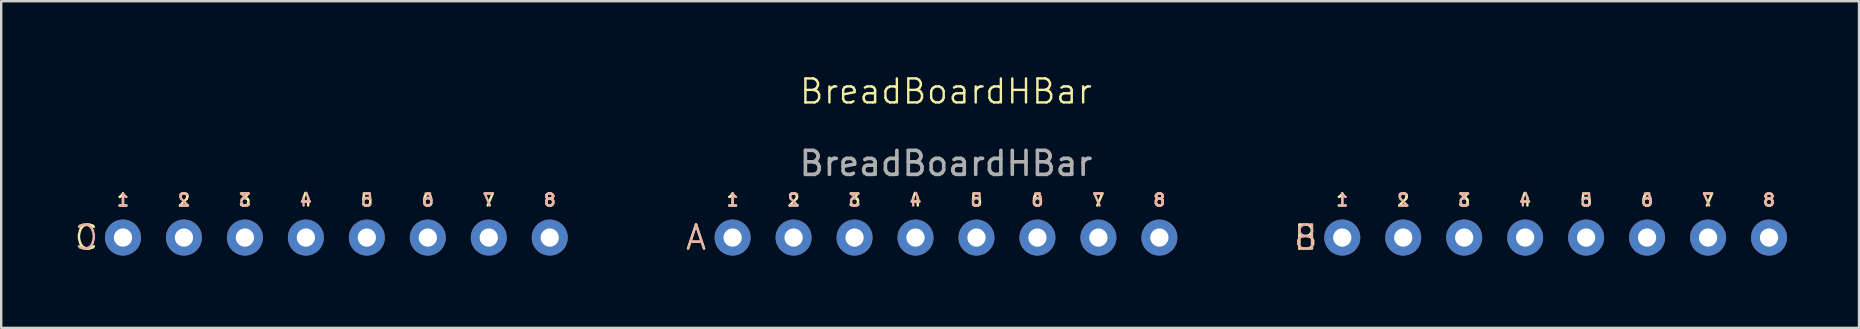
<source format=kicad_pcb>
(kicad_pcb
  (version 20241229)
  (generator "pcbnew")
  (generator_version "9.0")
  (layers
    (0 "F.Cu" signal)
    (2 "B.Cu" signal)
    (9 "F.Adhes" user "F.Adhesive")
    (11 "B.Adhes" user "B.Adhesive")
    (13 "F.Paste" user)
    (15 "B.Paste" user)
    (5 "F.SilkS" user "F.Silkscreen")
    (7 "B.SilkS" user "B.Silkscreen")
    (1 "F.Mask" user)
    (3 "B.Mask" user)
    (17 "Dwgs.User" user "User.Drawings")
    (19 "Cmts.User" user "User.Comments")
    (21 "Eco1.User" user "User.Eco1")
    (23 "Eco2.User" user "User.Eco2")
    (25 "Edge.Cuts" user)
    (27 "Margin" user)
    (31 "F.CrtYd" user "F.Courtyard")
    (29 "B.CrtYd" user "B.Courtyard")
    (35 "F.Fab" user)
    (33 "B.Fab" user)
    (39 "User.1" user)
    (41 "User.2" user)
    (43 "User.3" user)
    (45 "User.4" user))
  (footprint "BreadBoardHBar"
    (layer "F.Cu")
    (at 36.364 1.26)
    (property "Reference" "BreadBoardHBar" (at 0 -0.5 0) (unlocked yes) (layer "F.SilkS") (effects (font (size 1 1) (thickness 0.1))))
    (attr through_hole)
    (fp_text user "3" (at 21.59 4.318 0) (unlocked yes) (layer "F.SilkS") (effects (font (size 0.5 0.5) (thickness 0.1)) (justify bottom)))
    (fp_text user "5" (at 26.67 4.318 0) (unlocked yes) (layer "F.SilkS") (effects (font (size 0.5 0.5) (thickness 0.1)) (justify bottom)))
    (fp_text user "B" (at 14.986 5.588 0) (unlocked yes) (layer "F.SilkS") (effects (font (size 1 1) (thickness 0.1))))
    (fp_text user "4" (at -1.27 4.318 0) (unlocked yes) (layer "F.SilkS") (effects (font (size 0.5 0.5) (thickness 0.1)) (justify bottom)))
    (fp_text user "1" (at -34.29 4.318 0) (unlocked yes) (layer "F.SilkS") (effects (font (size 0.5 0.5) (thickness 0.1)) (justify bottom)))
    (fp_text user "2" (at -31.75 4.318 0) (unlocked yes) (layer "F.SilkS") (effects (font (size 0.5 0.5) (thickness 0.1)) (justify bottom)))
    (fp_text user "4" (at -26.67 4.318 0) (unlocked yes) (layer "F.SilkS") (effects (font (size 0.5 0.5) (thickness 0.1)) (justify bottom)))
    (fp_text user "C" (at -35.814 5.588 0) (unlocked yes) (layer "F.SilkS") (effects (font (size 1 1) (thickness 0.1))))
    (fp_text user "2" (at -6.35 4.318 0) (unlocked yes) (layer "F.SilkS") (effects (font (size 0.5 0.5) (thickness 0.1)) (justify bottom)))
    (fp_text user "1" (at 16.51 4.318 0) (unlocked yes) (layer "F.SilkS") (effects (font (size 0.5 0.5) (thickness 0.1)) (justify bottom)))
    (fp_text user "3" (at -3.81 4.318 0) (unlocked yes) (layer "F.SilkS") (effects (font (size 0.5 0.5) (thickness 0.1)) (justify bottom)))
    (fp_text user "2" (at 19.05 4.318 0) (unlocked yes) (layer "F.SilkS") (effects (font (size 0.5 0.5) (thickness 0.1)) (justify bottom)))
    (fp_text user "7" (at -19.05 4.318 0) (unlocked yes) (layer "F.SilkS") (effects (font (size 0.5 0.5) (thickness 0.1)) (justify bottom)))
    (fp_text user "8" (at -16.51 4.318 0) (unlocked yes) (layer "F.SilkS") (effects (font (size 0.5 0.5) (thickness 0.1)) (justify bottom)))
    (fp_text user "6" (at 29.21 4.318 0) (unlocked yes) (layer "F.SilkS") (effects (font (size 0.5 0.5) (thickness 0.1)) (justify bottom)))
    (fp_text user "6" (at 3.81 4.318 0) (unlocked yes) (layer "F.SilkS") (effects (font (size 0.5 0.5) (thickness 0.1)) (justify bottom)))
    (fp_text user "4" (at 24.13 4.318 0) (unlocked yes) (layer "F.SilkS") (effects (font (size 0.5 0.5) (thickness 0.1)) (justify bottom)))
    (fp_text user "8" (at 34.29 4.318 0) (unlocked yes) (layer "F.SilkS") (effects (font (size 0.5 0.5) (thickness 0.1)) (justify bottom)))
    (fp_text user "8" (at 8.89 4.318 0) (unlocked yes) (layer "F.SilkS") (effects (font (size 0.5 0.5) (thickness 0.1)) (justify bottom)))
    (fp_text user "1" (at -8.89 4.318 0) (unlocked yes) (layer "F.SilkS") (effects (font (size 0.5 0.5) (thickness 0.1)) (justify bottom)))
    (fp_text user "7" (at 31.75 4.318 0) (unlocked yes) (layer "F.SilkS") (effects (font (size 0.5 0.5) (thickness 0.1)) (justify bottom)))
    (fp_text user "6" (at -21.59 4.318 0) (unlocked yes) (layer "F.SilkS") (effects (font (size 0.5 0.5) (thickness 0.1)) (justify bottom)))
    (fp_text user "7" (at 6.35 4.318 0) (unlocked yes) (layer "F.SilkS") (effects (font (size 0.5 0.5) (thickness 0.1)) (justify bottom)))
    (fp_text user "5" (at -24.13 4.318 0) (unlocked yes) (layer "F.SilkS") (effects (font (size 0.5 0.5) (thickness 0.1)) (justify bottom)))
    (fp_text user "A" (at -10.414 5.588 0) (unlocked yes) (layer "F.SilkS") (effects (font (size 1 1) (thickness 0.1))))
    (fp_text user "3" (at -29.21 4.318 0) (unlocked yes) (layer "F.SilkS") (effects (font (size 0.5 0.5) (thickness 0.1)) (justify bottom)))
    (fp_text user "5" (at 1.27 4.318 0) (unlocked yes) (layer "F.SilkS") (effects (font (size 0.5 0.5) (thickness 0.1)) (justify bottom)))
    (fp_text user "1" (at 16.51 4.318 0) (unlocked yes) (layer "B.SilkS") (effects (font (size 0.5 0.5) (thickness 0.1)) (justify bottom mirror)))
    (fp_text user "6" (at 29.21 4.318 0) (unlocked yes) (layer "B.SilkS") (effects (font (size 0.5 0.5) (thickness 0.1)) (justify bottom mirror)))
    (fp_text user "6" (at 3.81 4.318 0) (unlocked yes) (layer "B.SilkS") (effects (font (size 0.5 0.5) (thickness 0.1)) (justify bottom mirror)))
    (fp_text user "4" (at -26.67 4.318 0) (unlocked yes) (layer "B.SilkS") (effects (font (size 0.5 0.5) (thickness 0.1)) (justify bottom mirror)))
    (fp_text user "5" (at 26.67 4.318 0) (unlocked yes) (layer "B.SilkS") (effects (font (size 0.5 0.5) (thickness 0.1)) (justify bottom mirror)))
    (fp_text user "3" (at 21.59 4.318 0) (unlocked yes) (layer "B.SilkS") (effects (font (size 0.5 0.5) (thickness 0.1)) (justify bottom mirror)))
    (fp_text user "4" (at -1.27 4.318 0) (unlocked yes) (layer "B.SilkS") (effects (font (size 0.5 0.5) (thickness 0.1)) (justify bottom mirror)))
    (fp_text user "6" (at -21.59 4.318 0) (unlocked yes) (layer "B.SilkS") (effects (font (size 0.5 0.5) (thickness 0.1)) (justify bottom mirror)))
    (fp_text user "1" (at -34.29 4.318 0) (unlocked yes) (layer "B.SilkS") (effects (font (size 0.5 0.5) (thickness 0.1)) (justify bottom mirror)))
    (fp_text user "7" (at 31.75 4.318 0) (unlocked yes) (layer "B.SilkS") (effects (font (size 0.5 0.5) (thickness 0.1)) (justify bottom mirror)))
    (fp_text user "A" (at -10.414 5.588 0) (unlocked yes) (layer "B.SilkS") (effects (font (size 1 1) (thickness 0.1)) (justify mirror)))
    (fp_text user "3" (at -29.21 4.318 0) (unlocked yes) (layer "B.SilkS") (effects (font (size 0.5 0.5) (thickness 0.1)) (justify bottom mirror)))
    (fp_text user "2" (at -31.75 4.318 0) (unlocked yes) (layer "B.SilkS") (effects (font (size 0.5 0.5) (thickness 0.1)) (justify bottom mirror)))
    (fp_text user "3" (at -3.81 4.318 0) (unlocked yes) (layer "B.SilkS") (effects (font (size 0.5 0.5) (thickness 0.1)) (justify bottom mirror)))
    (fp_text user "8" (at -16.51 4.318 0) (unlocked yes) (layer "B.SilkS") (effects (font (size 0.5 0.5) (thickness 0.1)) (justify bottom mirror)))
    (fp_text user "2" (at -6.35 4.318 0) (unlocked yes) (layer "B.SilkS") (effects (font (size 0.5 0.5) (thickness 0.1)) (justify bottom mirror)))
    (fp_text user "7" (at 6.35 4.318 0) (unlocked yes) (layer "B.SilkS") (effects (font (size 0.5 0.5) (thickness 0.1)) (justify bottom mirror)))
    (fp_text user "5" (at -24.13 4.318 0) (unlocked yes) (layer "B.SilkS") (effects (font (size 0.5 0.5) (thickness 0.1)) (justify bottom mirror)))
    (fp_text user "C" (at -35.814 5.588 0) (unlocked yes) (layer "B.SilkS") (effects (font (size 1 1) (thickness 0.1)) (justify mirror)))
    (fp_text user "8" (at 8.89 4.318 0) (unlocked yes) (layer "B.SilkS") (effects (font (size 0.5 0.5) (thickness 0.1)) (justify bottom mirror)))
    (fp_text user "5" (at 1.27 4.318 0) (unlocked yes) (layer "B.SilkS") (effects (font (size 0.5 0.5) (thickness 0.1)) (justify bottom mirror)))
    (fp_text user "8" (at 34.29 4.318 0) (unlocked yes) (layer "B.SilkS") (effects (font (size 0.5 0.5) (thickness 0.1)) (justify bottom mirror)))
    (fp_text user "7" (at -19.05 4.318 0) (unlocked yes) (layer "B.SilkS") (effects (font (size 0.5 0.5) (thickness 0.1)) (justify bottom mirror)))
    (fp_text user "2" (at 19.05 4.318 0) (unlocked yes) (layer "B.SilkS") (effects (font (size 0.5 0.5) (thickness 0.1)) (justify bottom mirror)))
    (fp_text user "B" (at 14.986 5.588 0) (unlocked yes) (layer "B.SilkS") (effects (font (size 1 1) (thickness 0.1)) (justify mirror)))
    (fp_text user "4" (at 24.13 4.318 0) (unlocked yes) (layer "B.SilkS") (effects (font (size 0.5 0.5) (thickness 0.1)) (justify bottom mirror)))
    (fp_text user "1" (at -8.89 4.318 0) (unlocked yes) (layer "B.SilkS") (effects (font (size 0.5 0.5) (thickness 0.1)) (justify bottom mirror)))
    (fp_text user "${REFERENCE}" (at 0 2.5 0) (unlocked yes) (layer "F.Fab") (effects (font (size 1 1) (thickness 0.15))))
    (pad "1" thru_hole circle (at -8.89 5.588) (size 1.5 1.5) (drill 0.76) (layers "*.Cu" "*.Mask"))
    (pad "2" thru_hole circle (at -6.35 5.588) (size 1.5 1.5) (drill 0.76) (layers "*.Cu" "*.Mask"))
    (pad "3" thru_hole circle (at -3.81 5.588) (size 1.5 1.5) (drill 0.76) (layers "*.Cu" "*.Mask"))
    (pad "4" thru_hole circle (at -1.27 5.588) (size 1.5 1.5) (drill 0.76) (layers "*.Cu" "*.Mask"))
    (pad "5" thru_hole circle (at 1.27 5.588) (size 1.5 1.5) (drill 0.76) (layers "*.Cu" "*.Mask"))
    (pad "6" thru_hole circle (at 3.81 5.588) (size 1.5 1.5) (drill 0.76) (layers "*.Cu" "*.Mask"))
    (pad "7" thru_hole circle (at 6.35 5.588) (size 1.5 1.5) (drill 0.76) (layers "*.Cu" "*.Mask"))
    (pad "8" thru_hole circle (at 8.89 5.588) (size 1.5 1.5) (drill 0.76) (layers "*.Cu" "*.Mask"))
    (pad "9" thru_hole circle (at 16.51 5.588) (size 1.5 1.5) (drill 0.76) (layers "*.Cu" "*.Mask"))
    (pad "10" thru_hole circle (at 19.05 5.588) (size 1.5 1.5) (drill 0.76) (layers "*.Cu" "*.Mask"))
    (pad "11" thru_hole circle (at 21.59 5.588) (size 1.5 1.5) (drill 0.76) (layers "*.Cu" "*.Mask"))
    (pad "12" thru_hole circle (at 24.13 5.588) (size 1.5 1.5) (drill 0.76) (layers "*.Cu" "*.Mask"))
    (pad "13" thru_hole circle (at 26.67 5.588) (size 1.5 1.5) (drill 0.76) (layers "*.Cu" "*.Mask"))
    (pad "14" thru_hole circle (at 29.21 5.588) (size 1.5 1.5) (drill 0.76) (layers "*.Cu" "*.Mask"))
    (pad "15" thru_hole circle (at 31.75 5.588) (size 1.5 1.5) (drill 0.76) (layers "*.Cu" "*.Mask"))
    (pad "16" thru_hole circle (at 34.29 5.588) (size 1.5 1.5) (drill 0.76) (layers "*.Cu" "*.Mask"))
    (pad "17" thru_hole circle (at -34.29 5.588) (size 1.5 1.5) (drill 0.76) (layers "*.Cu" "*.Mask"))
    (pad "18" thru_hole circle (at -31.75 5.588) (size 1.5 1.5) (drill 0.76) (layers "*.Cu" "*.Mask"))
    (pad "19" thru_hole circle (at -29.21 5.588) (size 1.5 1.5) (drill 0.76) (layers "*.Cu" "*.Mask"))
    (pad "20" thru_hole circle (at -26.67 5.588) (size 1.5 1.5) (drill 0.76) (layers "*.Cu" "*.Mask"))
    (pad "21" thru_hole circle (at -24.13 5.588) (size 1.5 1.5) (drill 0.76) (layers "*.Cu" "*.Mask"))
    (pad "22" thru_hole circle (at -21.59 5.588) (size 1.5 1.5) (drill 0.76) (layers "*.Cu" "*.Mask"))
    (pad "23" thru_hole circle (at -19.05 5.588) (size 1.5 1.5) (drill 0.76) (layers "*.Cu" "*.Mask"))
    (pad "24" thru_hole circle (at -16.51 5.588) (size 1.5 1.5) (drill 0.76) (layers "*.Cu" "*.Mask")))
  (gr_rect
    (start -3 -3)
    (end 74.404 10.609)
    (stroke (width 0.1) (type default))
    (fill no)
    (layer "Edge.Cuts")))
</source>
